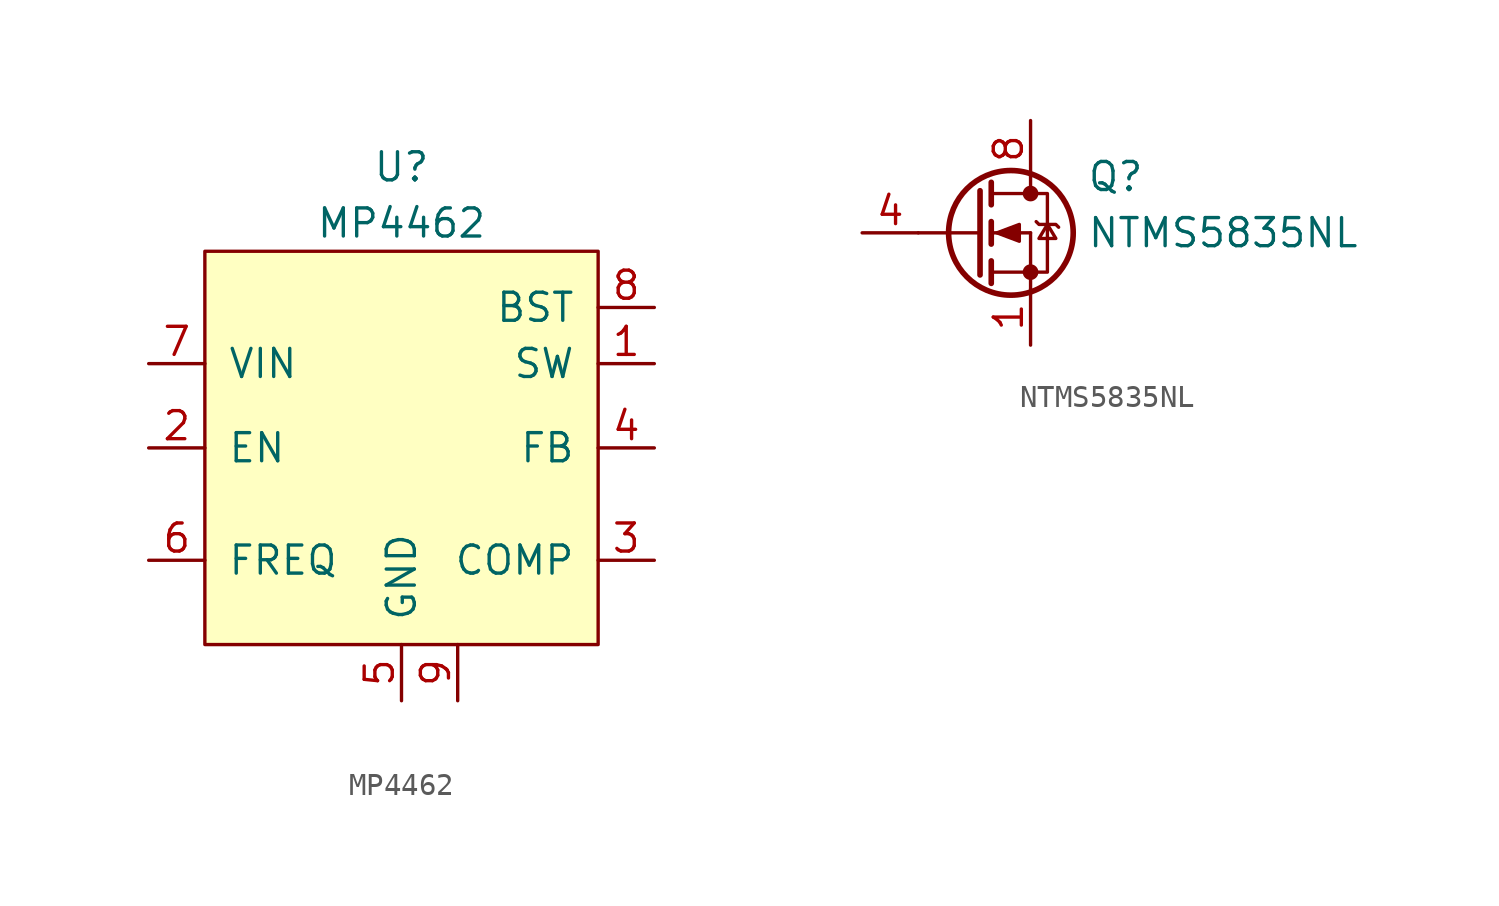
<source format=kicad_sym>
(kicad_symbol_lib
  (version 20211014)
  (generator kicad_symbol_editor)
  (symbol "MP4462"
    (pin_names
      (offset 1.016))
    (property "Reference" "U"
      (at 0 12.7 0)
      (effects (font (size 1.27 1.27))))
    (property "Value" "MP4462"
      (at 0 10.16 0)
      (effects (font (size 1.27 1.27))))
    (symbol "MP4462_0_1"
      (rectangle (start -8.89 8.89) (end 8.89 -8.89) (stroke (width 0) (type default) (color 0 0 0 0)) (fill (type background))))
    (symbol "MP4462_1_1"
      (pin power_out line (at 11.43 3.81 180) (length 2.54) (name "SW" (effects (font (size 1.27 1.27)))) (number "1" (effects (font (size 1.27 1.27)))))
      (pin input line (at -11.43 0 0) (length 2.54) (name "EN" (effects (font (size 1.27 1.27)))) (number "2" (effects (font (size 1.27 1.27)))))
      (pin tri_state line (at 11.43 -5.08 180) (length 2.54) (name "COMP" (effects (font (size 1.27 1.27)))) (number "3" (effects (font (size 1.27 1.27)))))
      (pin input line (at 11.43 0 180) (length 2.54) (name "FB" (effects (font (size 1.27 1.27)))) (number "4" (effects (font (size 1.27 1.27)))))
      (pin power_in line (at 0 -11.43 90) (length 2.54) (name "GND" (effects (font (size 1.27 1.27)))) (number "5" (effects (font (size 1.27 1.27)))))
      (pin tri_state line (at -11.43 -5.08 0) (length 2.54) (name "FREQ" (effects (font (size 1.27 1.27)))) (number "6" (effects (font (size 1.27 1.27)))))
      (pin power_in line (at -11.43 3.81 0) (length 2.54) (name "VIN" (effects (font (size 1.27 1.27)))) (number "7" (effects (font (size 1.27 1.27)))))
      (pin tri_state line (at 11.43 6.35 180) (length 2.54) (name "BST" (effects (font (size 1.27 1.27)))) (number "8" (effects (font (size 1.27 1.27)))))
      (pin power_in line (at 2.54 -11.43 90) (length 2.54) (name "" (effects (font (size 1.27 1.27)))) (number "9" (effects (font (size 1.27 1.27)))))))
  (symbol "NTMS5835NL"
    (pin_names
      (offset 0) hide)
    (property "Reference" "Q"
      (at 5.08 2.54 0)
      (effects (font (size 1.27 1.27)) (justify left)))
    (property "Value" "NTMS5835NL"
      (at 5.08 0 0)
      (effects (font (size 1.27 1.27)) (justify left)))
    (symbol "NTMS5835NL_0_1"
      (polyline (pts (xy -2.54 0) (xy 0.254 0)) (stroke (width 0) (type default) (color 0 0 0 0)) (fill (type none)))
      (polyline (pts (xy 0.762 -1.778) (xy 2.54 -1.778)) (stroke (width 0) (type default) (color 0 0 0 0)) (fill (type none)))
      (polyline (pts (xy 0.762 -1.27) (xy 0.762 -2.286)) (stroke (width 0.254) (type default) (color 0 0 0 0)) (fill (type none)))
      (polyline (pts (xy 0.762 0) (xy 2.54 0)) (stroke (width 0) (type default) (color 0 0 0 0)) (fill (type none)))
      (polyline (pts (xy 0.762 0.508) (xy 0.762 -0.508)) (stroke (width 0.254) (type default) (color 0 0 0 0)) (fill (type none)))
      (polyline (pts (xy 0.762 1.778) (xy 2.54 1.778)) (stroke (width 0) (type default) (color 0 0 0 0)) (fill (type none)))
      (polyline (pts (xy 0.762 2.286) (xy 0.762 1.27)) (stroke (width 0.254) (type default) (color 0 0 0 0)) (fill (type none)))
      (polyline (pts (xy 2.54 -1.778) (xy 2.54 -2.54)) (stroke (width 0) (type default) (color 0 0 0 0)) (fill (type none)))
      (polyline (pts (xy 2.54 -1.778) (xy 2.54 0)) (stroke (width 0) (type default) (color 0 0 0 0)) (fill (type none)))
      (polyline (pts (xy 2.54 2.54) (xy 2.54 1.778)) (stroke (width 0) (type default) (color 0 0 0 0)) (fill (type none)))
      (polyline (pts (xy 0.254 1.905) (xy 0.254 -1.905) (xy 0.254 -1.905)) (stroke (width 0.254) (type default) (color 0 0 0 0)) (fill (type none)))
      (polyline (pts (xy 1.016 0) (xy 2.032 0.381) (xy 2.032 -0.381) (xy 1.016 0)) (stroke (width 0) (type default) (color 0 0 0 0)) (fill (type outline)))
      (polyline (pts (xy 2.54 -1.778) (xy 3.302 -1.778) (xy 3.302 1.778) (xy 2.54 1.778)) (stroke (width 0) (type default) (color 0 0 0 0)) (fill (type none)))
      (polyline (pts (xy 2.794 0.508) (xy 2.921 0.381) (xy 3.683 0.381) (xy 3.81 0.254)) (stroke (width 0) (type default) (color 0 0 0 0)) (fill (type none)))
      (polyline (pts (xy 3.302 0.381) (xy 2.921 -0.254) (xy 3.683 -0.254) (xy 3.302 0.381)) (stroke (width 0) (type default) (color 0 0 0 0)) (fill (type none)))
      (circle (center 1.651 0) (radius 2.819) (stroke (width 0.254) (type default) (color 0 0 0 0)) (fill (type none)))
      (circle (center 2.54 -1.778) (radius 0.279) (stroke (width 0) (type default) (color 0 0 0 0)) (fill (type outline)))
      (circle (center 2.54 1.778) (radius 0.279) (stroke (width 0) (type default) (color 0 0 0 0)) (fill (type outline))))
    (symbol "NTMS5835NL_1_1"
      (pin passive line (at 2.54 -5.08 90) (length 2.54) (name "S" (effects (font (size 1.27 1.27)))) (number "1" (effects (font (size 1.27 1.27)))))
      (pin passive line (at 2.54 -5.08 90) (length 2.54) hide (name "S" (effects (font (size 1.27 1.27)))) (number "2" (effects (font (size 1.27 1.27)))))
      (pin passive line (at 2.54 -5.08 90) (length 2.54) hide (name "S" (effects (font (size 1.27 1.27)))) (number "3" (effects (font (size 1.27 1.27)))))
      (pin input line (at -5.08 0 0) (length 2.54) (name "G" (effects (font (size 1.27 1.27)))) (number "4" (effects (font (size 1.27 1.27)))))
      (pin passive line (at 2.54 5.08 270) (length 2.54) hide (name "D" (effects (font (size 1.27 1.27)))) (number "5" (effects (font (size 1.27 1.27)))))
      (pin passive line (at 2.54 5.08 270) (length 2.54) hide (name "D" (effects (font (size 1.27 1.27)))) (number "6" (effects (font (size 1.27 1.27)))))
      (pin passive line (at 2.54 5.08 270) (length 2.54) hide (name "D" (effects (font (size 1.27 1.27)))) (number "7" (effects (font (size 1.27 1.27)))))
      (pin passive line (at 2.54 5.08 270) (length 2.54) (name "D" (effects (font (size 1.27 1.27)))) (number "8" (effects (font (size 1.27 1.27))))))))
</source>
